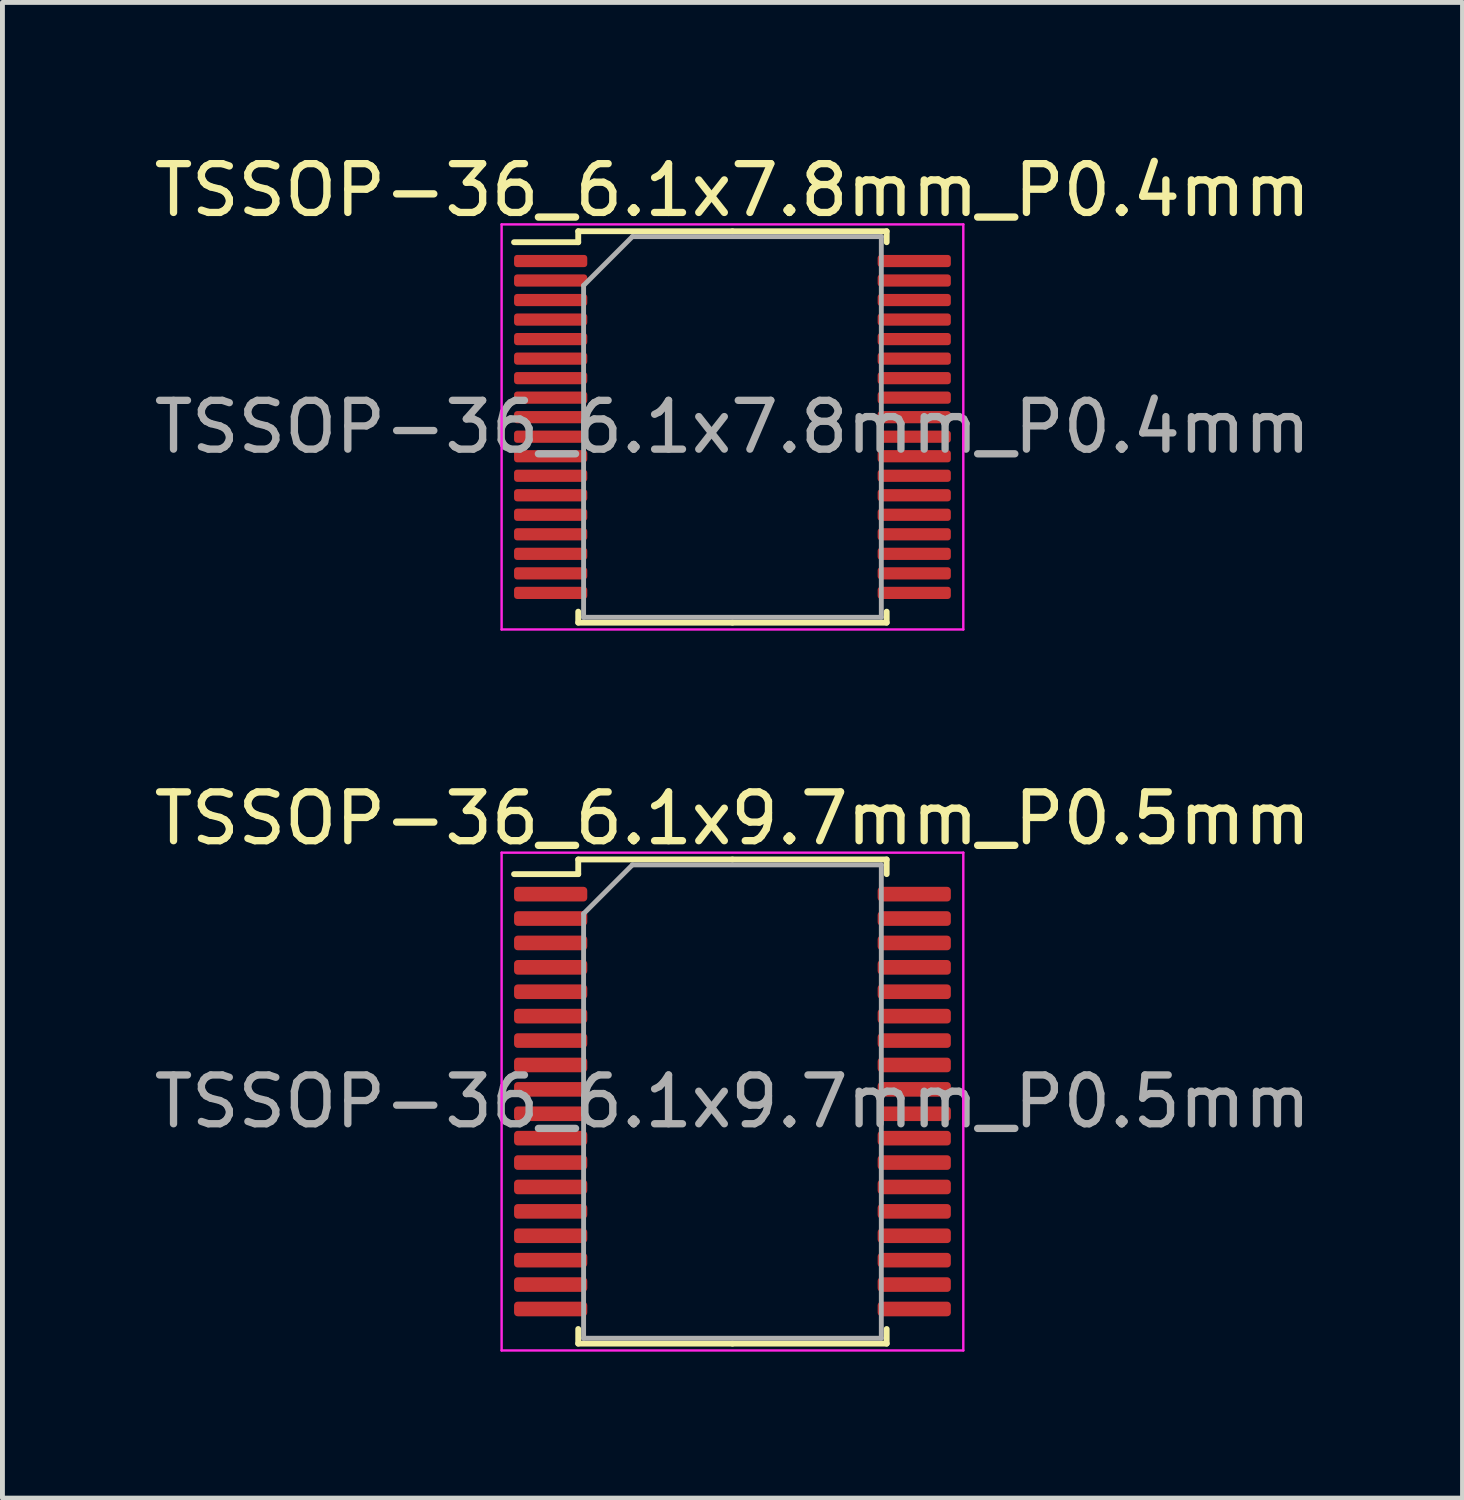
<source format=kicad_pcb>
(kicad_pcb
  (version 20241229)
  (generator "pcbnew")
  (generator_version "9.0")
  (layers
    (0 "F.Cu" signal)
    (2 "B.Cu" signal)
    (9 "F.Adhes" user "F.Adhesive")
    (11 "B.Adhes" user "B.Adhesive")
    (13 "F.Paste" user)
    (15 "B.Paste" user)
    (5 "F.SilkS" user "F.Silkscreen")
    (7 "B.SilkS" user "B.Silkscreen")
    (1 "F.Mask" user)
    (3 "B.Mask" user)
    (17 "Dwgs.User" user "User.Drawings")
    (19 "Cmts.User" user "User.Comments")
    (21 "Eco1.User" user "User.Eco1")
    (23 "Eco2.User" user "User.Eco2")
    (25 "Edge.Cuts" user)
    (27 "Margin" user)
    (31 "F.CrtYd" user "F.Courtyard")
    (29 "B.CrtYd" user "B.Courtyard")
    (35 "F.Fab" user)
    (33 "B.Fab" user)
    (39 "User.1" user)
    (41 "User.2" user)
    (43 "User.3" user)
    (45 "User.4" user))
  (footprint "TSSOP-36_6.1x7.8mm_P0.4mm"
    (layer "F.Cu")
    (at 11.958 5.698)
    (property "Reference" "TSSOP-36_6.1x7.8mm_P0.4mm" (at 0 -4.85 0) (layer "F.SilkS") (effects (font (size 1 1) (thickness 0.15))))
    (attr smd)
    (fp_line (start -3.16 -4.01) (end -3.16 -3.785) (stroke (width 0.12) (type solid)) (layer "F.SilkS"))
    (fp_line (start -3.16 -3.785) (end -4.475 -3.785) (stroke (width 0.12) (type solid)) (layer "F.SilkS"))
    (fp_line (start -3.16 4.01) (end -3.16 3.785) (stroke (width 0.12) (type solid)) (layer "F.SilkS"))
    (fp_line (start 0 -4.01) (end -3.16 -4.01) (stroke (width 0.12) (type solid)) (layer "F.SilkS"))
    (fp_line (start 0 -4.01) (end 3.16 -4.01) (stroke (width 0.12) (type solid)) (layer "F.SilkS"))
    (fp_line (start 0 4.01) (end -3.16 4.01) (stroke (width 0.12) (type solid)) (layer "F.SilkS"))
    (fp_line (start 0 4.01) (end 3.16 4.01) (stroke (width 0.12) (type solid)) (layer "F.SilkS"))
    (fp_line (start 3.16 -4.01) (end 3.16 -3.785) (stroke (width 0.12) (type solid)) (layer "F.SilkS"))
    (fp_line (start 3.16 4.01) (end 3.16 3.785) (stroke (width 0.12) (type solid)) (layer "F.SilkS"))
    (fp_line (start -4.73 -4.15) (end -4.73 4.15) (stroke (width 0.05) (type solid)) (layer "F.CrtYd"))
    (fp_line (start -4.73 4.15) (end 4.73 4.15) (stroke (width 0.05) (type solid)) (layer "F.CrtYd"))
    (fp_line (start 4.73 -4.15) (end -4.73 -4.15) (stroke (width 0.05) (type solid)) (layer "F.CrtYd"))
    (fp_line (start 4.73 4.15) (end 4.73 -4.15) (stroke (width 0.05) (type solid)) (layer "F.CrtYd"))
    (fp_line (start -3.05 -2.9) (end -2.05 -3.9) (stroke (width 0.1) (type solid)) (layer "F.Fab"))
    (fp_line (start -3.05 3.9) (end -3.05 -2.9) (stroke (width 0.1) (type solid)) (layer "F.Fab"))
    (fp_line (start -2.05 -3.9) (end 3.05 -3.9) (stroke (width 0.1) (type solid)) (layer "F.Fab"))
    (fp_line (start 3.05 -3.9) (end 3.05 3.9) (stroke (width 0.1) (type solid)) (layer "F.Fab"))
    (fp_line (start 3.05 3.9) (end -3.05 3.9) (stroke (width 0.1) (type solid)) (layer "F.Fab"))
    (fp_text user "${REFERENCE}" (at 0 0 0) (layer "F.Fab") (effects (font (size 1 1) (thickness 0.15))))
    (pad "1" smd roundrect (at -3.725 -3.4) (size 1.5 0.25) (layers "F.Cu" "F.Mask" "F.Paste") (roundrect_rratio 0.25))
    (pad "2" smd roundrect (at -3.725 -3) (size 1.5 0.25) (layers "F.Cu" "F.Mask" "F.Paste") (roundrect_rratio 0.25))
    (pad "3" smd roundrect (at -3.725 -2.6) (size 1.5 0.25) (layers "F.Cu" "F.Mask" "F.Paste") (roundrect_rratio 0.25))
    (pad "4" smd roundrect (at -3.725 -2.2) (size 1.5 0.25) (layers "F.Cu" "F.Mask" "F.Paste") (roundrect_rratio 0.25))
    (pad "5" smd roundrect (at -3.725 -1.8) (size 1.5 0.25) (layers "F.Cu" "F.Mask" "F.Paste") (roundrect_rratio 0.25))
    (pad "6" smd roundrect (at -3.725 -1.4) (size 1.5 0.25) (layers "F.Cu" "F.Mask" "F.Paste") (roundrect_rratio 0.25))
    (pad "7" smd roundrect (at -3.725 -1) (size 1.5 0.25) (layers "F.Cu" "F.Mask" "F.Paste") (roundrect_rratio 0.25))
    (pad "8" smd roundrect (at -3.725 -0.6) (size 1.5 0.25) (layers "F.Cu" "F.Mask" "F.Paste") (roundrect_rratio 0.25))
    (pad "9" smd roundrect (at -3.725 -0.2) (size 1.5 0.25) (layers "F.Cu" "F.Mask" "F.Paste") (roundrect_rratio 0.25))
    (pad "10" smd roundrect (at -3.725 0.2) (size 1.5 0.25) (layers "F.Cu" "F.Mask" "F.Paste") (roundrect_rratio 0.25))
    (pad "11" smd roundrect (at -3.725 0.6) (size 1.5 0.25) (layers "F.Cu" "F.Mask" "F.Paste") (roundrect_rratio 0.25))
    (pad "12" smd roundrect (at -3.725 1) (size 1.5 0.25) (layers "F.Cu" "F.Mask" "F.Paste") (roundrect_rratio 0.25))
    (pad "13" smd roundrect (at -3.725 1.4) (size 1.5 0.25) (layers "F.Cu" "F.Mask" "F.Paste") (roundrect_rratio 0.25))
    (pad "14" smd roundrect (at -3.725 1.8) (size 1.5 0.25) (layers "F.Cu" "F.Mask" "F.Paste") (roundrect_rratio 0.25))
    (pad "15" smd roundrect (at -3.725 2.2) (size 1.5 0.25) (layers "F.Cu" "F.Mask" "F.Paste") (roundrect_rratio 0.25))
    (pad "16" smd roundrect (at -3.725 2.6) (size 1.5 0.25) (layers "F.Cu" "F.Mask" "F.Paste") (roundrect_rratio 0.25))
    (pad "17" smd roundrect (at -3.725 3) (size 1.5 0.25) (layers "F.Cu" "F.Mask" "F.Paste") (roundrect_rratio 0.25))
    (pad "18" smd roundrect (at -3.725 3.4) (size 1.5 0.25) (layers "F.Cu" "F.Mask" "F.Paste") (roundrect_rratio 0.25))
    (pad "19" smd roundrect (at 3.725 3.4) (size 1.5 0.25) (layers "F.Cu" "F.Mask" "F.Paste") (roundrect_rratio 0.25))
    (pad "20" smd roundrect (at 3.725 3) (size 1.5 0.25) (layers "F.Cu" "F.Mask" "F.Paste") (roundrect_rratio 0.25))
    (pad "21" smd roundrect (at 3.725 2.6) (size 1.5 0.25) (layers "F.Cu" "F.Mask" "F.Paste") (roundrect_rratio 0.25))
    (pad "22" smd roundrect (at 3.725 2.2) (size 1.5 0.25) (layers "F.Cu" "F.Mask" "F.Paste") (roundrect_rratio 0.25))
    (pad "23" smd roundrect (at 3.725 1.8) (size 1.5 0.25) (layers "F.Cu" "F.Mask" "F.Paste") (roundrect_rratio 0.25))
    (pad "24" smd roundrect (at 3.725 1.4) (size 1.5 0.25) (layers "F.Cu" "F.Mask" "F.Paste") (roundrect_rratio 0.25))
    (pad "25" smd roundrect (at 3.725 1) (size 1.5 0.25) (layers "F.Cu" "F.Mask" "F.Paste") (roundrect_rratio 0.25))
    (pad "26" smd roundrect (at 3.725 0.6) (size 1.5 0.25) (layers "F.Cu" "F.Mask" "F.Paste") (roundrect_rratio 0.25))
    (pad "27" smd roundrect (at 3.725 0.2) (size 1.5 0.25) (layers "F.Cu" "F.Mask" "F.Paste") (roundrect_rratio 0.25))
    (pad "28" smd roundrect (at 3.725 -0.2) (size 1.5 0.25) (layers "F.Cu" "F.Mask" "F.Paste") (roundrect_rratio 0.25))
    (pad "29" smd roundrect (at 3.725 -0.6) (size 1.5 0.25) (layers "F.Cu" "F.Mask" "F.Paste") (roundrect_rratio 0.25))
    (pad "30" smd roundrect (at 3.725 -1) (size 1.5 0.25) (layers "F.Cu" "F.Mask" "F.Paste") (roundrect_rratio 0.25))
    (pad "31" smd roundrect (at 3.725 -1.4) (size 1.5 0.25) (layers "F.Cu" "F.Mask" "F.Paste") (roundrect_rratio 0.25))
    (pad "32" smd roundrect (at 3.725 -1.8) (size 1.5 0.25) (layers "F.Cu" "F.Mask" "F.Paste") (roundrect_rratio 0.25))
    (pad "33" smd roundrect (at 3.725 -2.2) (size 1.5 0.25) (layers "F.Cu" "F.Mask" "F.Paste") (roundrect_rratio 0.25))
    (pad "34" smd roundrect (at 3.725 -2.6) (size 1.5 0.25) (layers "F.Cu" "F.Mask" "F.Paste") (roundrect_rratio 0.25))
    (pad "35" smd roundrect (at 3.725 -3) (size 1.5 0.25) (layers "F.Cu" "F.Mask" "F.Paste") (roundrect_rratio 0.25))
    (pad "36" smd roundrect (at 3.725 -3.4) (size 1.5 0.25) (layers "F.Cu" "F.Mask" "F.Paste") (roundrect_rratio 0.25)))
  (footprint "TSSOP-36_6.1x9.7mm_P0.5mm"
    (layer "F.Cu")
    (at 11.958 19.521)
    (property "Reference" "TSSOP-36_6.1x9.7mm_P0.5mm" (at 0 -5.8 0) (layer "F.SilkS") (effects (font (size 1 1) (thickness 0.15))))
    (attr smd)
    (fp_line (start -3.16 -4.96) (end -3.16 -4.66) (stroke (width 0.12) (type solid)) (layer "F.SilkS"))
    (fp_line (start -3.16 -4.66) (end -4.475 -4.66) (stroke (width 0.12) (type solid)) (layer "F.SilkS"))
    (fp_line (start -3.16 4.96) (end -3.16 4.66) (stroke (width 0.12) (type solid)) (layer "F.SilkS"))
    (fp_line (start 0 -4.96) (end -3.16 -4.96) (stroke (width 0.12) (type solid)) (layer "F.SilkS"))
    (fp_line (start 0 -4.96) (end 3.16 -4.96) (stroke (width 0.12) (type solid)) (layer "F.SilkS"))
    (fp_line (start 0 4.96) (end -3.16 4.96) (stroke (width 0.12) (type solid)) (layer "F.SilkS"))
    (fp_line (start 0 4.96) (end 3.16 4.96) (stroke (width 0.12) (type solid)) (layer "F.SilkS"))
    (fp_line (start 3.16 -4.96) (end 3.16 -4.66) (stroke (width 0.12) (type solid)) (layer "F.SilkS"))
    (fp_line (start 3.16 4.96) (end 3.16 4.66) (stroke (width 0.12) (type solid)) (layer "F.SilkS"))
    (fp_line (start -4.73 -5.1) (end -4.73 5.1) (stroke (width 0.05) (type solid)) (layer "F.CrtYd"))
    (fp_line (start -4.73 5.1) (end 4.73 5.1) (stroke (width 0.05) (type solid)) (layer "F.CrtYd"))
    (fp_line (start 4.73 -5.1) (end -4.73 -5.1) (stroke (width 0.05) (type solid)) (layer "F.CrtYd"))
    (fp_line (start 4.73 5.1) (end 4.73 -5.1) (stroke (width 0.05) (type solid)) (layer "F.CrtYd"))
    (fp_line (start -3.05 -3.85) (end -2.05 -4.85) (stroke (width 0.1) (type solid)) (layer "F.Fab"))
    (fp_line (start -3.05 4.85) (end -3.05 -3.85) (stroke (width 0.1) (type solid)) (layer "F.Fab"))
    (fp_line (start -2.05 -4.85) (end 3.05 -4.85) (stroke (width 0.1) (type solid)) (layer "F.Fab"))
    (fp_line (start 3.05 -4.85) (end 3.05 4.85) (stroke (width 0.1) (type solid)) (layer "F.Fab"))
    (fp_line (start 3.05 4.85) (end -3.05 4.85) (stroke (width 0.1) (type solid)) (layer "F.Fab"))
    (fp_text user "${REFERENCE}" (at 0 0 0) (layer "F.Fab") (effects (font (size 1 1) (thickness 0.15))))
    (pad "1" smd roundrect (at -3.725 -4.25) (size 1.5 0.3) (layers "F.Cu" "F.Mask" "F.Paste") (roundrect_rratio 0.25))
    (pad "2" smd roundrect (at -3.725 -3.75) (size 1.5 0.3) (layers "F.Cu" "F.Mask" "F.Paste") (roundrect_rratio 0.25))
    (pad "3" smd roundrect (at -3.725 -3.25) (size 1.5 0.3) (layers "F.Cu" "F.Mask" "F.Paste") (roundrect_rratio 0.25))
    (pad "4" smd roundrect (at -3.725 -2.75) (size 1.5 0.3) (layers "F.Cu" "F.Mask" "F.Paste") (roundrect_rratio 0.25))
    (pad "5" smd roundrect (at -3.725 -2.25) (size 1.5 0.3) (layers "F.Cu" "F.Mask" "F.Paste") (roundrect_rratio 0.25))
    (pad "6" smd roundrect (at -3.725 -1.75) (size 1.5 0.3) (layers "F.Cu" "F.Mask" "F.Paste") (roundrect_rratio 0.25))
    (pad "7" smd roundrect (at -3.725 -1.25) (size 1.5 0.3) (layers "F.Cu" "F.Mask" "F.Paste") (roundrect_rratio 0.25))
    (pad "8" smd roundrect (at -3.725 -0.75) (size 1.5 0.3) (layers "F.Cu" "F.Mask" "F.Paste") (roundrect_rratio 0.25))
    (pad "9" smd roundrect (at -3.725 -0.25) (size 1.5 0.3) (layers "F.Cu" "F.Mask" "F.Paste") (roundrect_rratio 0.25))
    (pad "10" smd roundrect (at -3.725 0.25) (size 1.5 0.3) (layers "F.Cu" "F.Mask" "F.Paste") (roundrect_rratio 0.25))
    (pad "11" smd roundrect (at -3.725 0.75) (size 1.5 0.3) (layers "F.Cu" "F.Mask" "F.Paste") (roundrect_rratio 0.25))
    (pad "12" smd roundrect (at -3.725 1.25) (size 1.5 0.3) (layers "F.Cu" "F.Mask" "F.Paste") (roundrect_rratio 0.25))
    (pad "13" smd roundrect (at -3.725 1.75) (size 1.5 0.3) (layers "F.Cu" "F.Mask" "F.Paste") (roundrect_rratio 0.25))
    (pad "14" smd roundrect (at -3.725 2.25) (size 1.5 0.3) (layers "F.Cu" "F.Mask" "F.Paste") (roundrect_rratio 0.25))
    (pad "15" smd roundrect (at -3.725 2.75) (size 1.5 0.3) (layers "F.Cu" "F.Mask" "F.Paste") (roundrect_rratio 0.25))
    (pad "16" smd roundrect (at -3.725 3.25) (size 1.5 0.3) (layers "F.Cu" "F.Mask" "F.Paste") (roundrect_rratio 0.25))
    (pad "17" smd roundrect (at -3.725 3.75) (size 1.5 0.3) (layers "F.Cu" "F.Mask" "F.Paste") (roundrect_rratio 0.25))
    (pad "18" smd roundrect (at -3.725 4.25) (size 1.5 0.3) (layers "F.Cu" "F.Mask" "F.Paste") (roundrect_rratio 0.25))
    (pad "19" smd roundrect (at 3.725 4.25) (size 1.5 0.3) (layers "F.Cu" "F.Mask" "F.Paste") (roundrect_rratio 0.25))
    (pad "20" smd roundrect (at 3.725 3.75) (size 1.5 0.3) (layers "F.Cu" "F.Mask" "F.Paste") (roundrect_rratio 0.25))
    (pad "21" smd roundrect (at 3.725 3.25) (size 1.5 0.3) (layers "F.Cu" "F.Mask" "F.Paste") (roundrect_rratio 0.25))
    (pad "22" smd roundrect (at 3.725 2.75) (size 1.5 0.3) (layers "F.Cu" "F.Mask" "F.Paste") (roundrect_rratio 0.25))
    (pad "23" smd roundrect (at 3.725 2.25) (size 1.5 0.3) (layers "F.Cu" "F.Mask" "F.Paste") (roundrect_rratio 0.25))
    (pad "24" smd roundrect (at 3.725 1.75) (size 1.5 0.3) (layers "F.Cu" "F.Mask" "F.Paste") (roundrect_rratio 0.25))
    (pad "25" smd roundrect (at 3.725 1.25) (size 1.5 0.3) (layers "F.Cu" "F.Mask" "F.Paste") (roundrect_rratio 0.25))
    (pad "26" smd roundrect (at 3.725 0.75) (size 1.5 0.3) (layers "F.Cu" "F.Mask" "F.Paste") (roundrect_rratio 0.25))
    (pad "27" smd roundrect (at 3.725 0.25) (size 1.5 0.3) (layers "F.Cu" "F.Mask" "F.Paste") (roundrect_rratio 0.25))
    (pad "28" smd roundrect (at 3.725 -0.25) (size 1.5 0.3) (layers "F.Cu" "F.Mask" "F.Paste") (roundrect_rratio 0.25))
    (pad "29" smd roundrect (at 3.725 -0.75) (size 1.5 0.3) (layers "F.Cu" "F.Mask" "F.Paste") (roundrect_rratio 0.25))
    (pad "30" smd roundrect (at 3.725 -1.25) (size 1.5 0.3) (layers "F.Cu" "F.Mask" "F.Paste") (roundrect_rratio 0.25))
    (pad "31" smd roundrect (at 3.725 -1.75) (size 1.5 0.3) (layers "F.Cu" "F.Mask" "F.Paste") (roundrect_rratio 0.25))
    (pad "32" smd roundrect (at 3.725 -2.25) (size 1.5 0.3) (layers "F.Cu" "F.Mask" "F.Paste") (roundrect_rratio 0.25))
    (pad "33" smd roundrect (at 3.725 -2.75) (size 1.5 0.3) (layers "F.Cu" "F.Mask" "F.Paste") (roundrect_rratio 0.25))
    (pad "34" smd roundrect (at 3.725 -3.25) (size 1.5 0.3) (layers "F.Cu" "F.Mask" "F.Paste") (roundrect_rratio 0.25))
    (pad "35" smd roundrect (at 3.725 -3.75) (size 1.5 0.3) (layers "F.Cu" "F.Mask" "F.Paste") (roundrect_rratio 0.25))
    (pad "36" smd roundrect (at 3.725 -4.25) (size 1.5 0.3) (layers "F.Cu" "F.Mask" "F.Paste") (roundrect_rratio 0.25)))
  (gr_rect
    (start -3 -3)
    (end 26.917 27.646)
    (stroke (width 0.1) (type default))
    (fill no)
    (layer "Edge.Cuts")))
</source>
